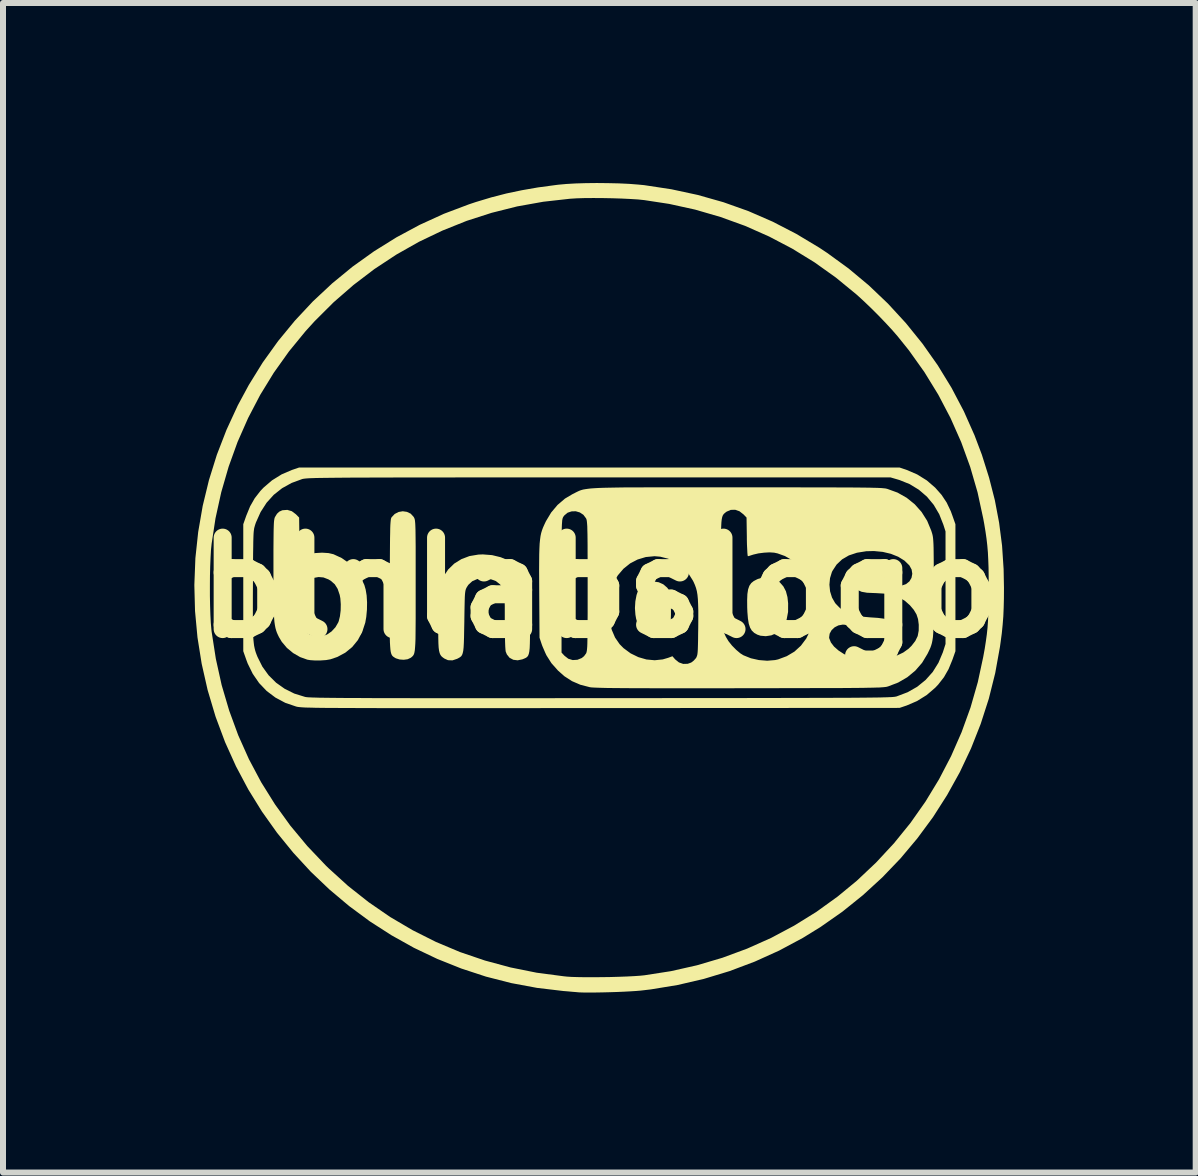
<source format=kicad_pcb>
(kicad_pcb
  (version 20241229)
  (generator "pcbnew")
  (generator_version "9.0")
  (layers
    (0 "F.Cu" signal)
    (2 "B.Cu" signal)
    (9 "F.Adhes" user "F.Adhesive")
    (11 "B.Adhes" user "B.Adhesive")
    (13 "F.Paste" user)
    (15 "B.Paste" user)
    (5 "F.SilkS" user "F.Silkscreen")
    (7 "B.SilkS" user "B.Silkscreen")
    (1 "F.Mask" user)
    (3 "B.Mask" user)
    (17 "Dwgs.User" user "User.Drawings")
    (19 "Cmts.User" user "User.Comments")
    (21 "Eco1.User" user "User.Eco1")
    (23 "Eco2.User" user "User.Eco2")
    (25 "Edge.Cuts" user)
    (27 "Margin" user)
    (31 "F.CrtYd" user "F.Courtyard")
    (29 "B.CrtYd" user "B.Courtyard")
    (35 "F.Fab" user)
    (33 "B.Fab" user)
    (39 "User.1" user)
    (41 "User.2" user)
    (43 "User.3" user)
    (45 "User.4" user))
  (footprint "blnlabslogo"
    (layer "F.Cu")
    (at 6.938 6.744)
    (property "Reference" "blnlabslogo" (at 0 0 0) (layer "F.SilkS") (effects (font (size 1.524 1.524) (thickness 0.3))))
    (attr board_only exclude_from_pos_files exclude_from_bom)
    (fp_poly (pts (xy 2.844 -0.174) (xy 2.929 -0.146) (xy 3.008 -0.089) (xy 3.067 -0.021) (xy 3.109 0.059) (xy 3.135 0.157) (xy 3.146 0.261) (xy 3.145 0.404) (xy 3.122 0.526) (xy 3.077 0.628) (xy 3.011 0.71) (xy 2.95 0.757) (xy 2.866 0.794) (xy 2.774 0.808) (xy 2.685 0.8) (xy 2.632 0.782) (xy 2.581 0.753) (xy 2.541 0.715) (xy 2.512 0.666) (xy 2.49 0.6) (xy 2.476 0.514) (xy 2.467 0.405) (xy 2.464 0.33) (xy 2.463 0.205) (xy 2.467 0.105) (xy 2.479 0.028) (xy 2.5 -0.032) (xy 2.531 -0.077) (xy 2.574 -0.112) (xy 2.631 -0.141) (xy 2.649 -0.148) (xy 2.751 -0.175)) (stroke (width 0) (type solid)) (fill yes) (layer "F.SilkS"))
    (fp_poly (pts (xy 0.989 -0.091) (xy 1.065 -0.057) (xy 1.129 -0.002) (xy 1.13 -0.001) (xy 1.152 0.028) (xy 1.168 0.057) (xy 1.18 0.091) (xy 1.187 0.137) (xy 1.191 0.198) (xy 1.192 0.279) (xy 1.193 0.36) (xy 1.193 0.449) (xy 1.191 0.513) (xy 1.189 0.559) (xy 1.183 0.593) (xy 1.175 0.619) (xy 1.162 0.645) (xy 1.151 0.664) (xy 1.095 0.732) (xy 1.024 0.776) (xy 0.94 0.794) (xy 0.848 0.786) (xy 0.805 0.773) (xy 0.736 0.738) (xy 0.682 0.686) (xy 0.642 0.614) (xy 0.613 0.518) (xy 0.601 0.45) (xy 0.593 0.34) (xy 0.6 0.227) (xy 0.62 0.122) (xy 0.643 0.053) (xy 0.689 -0.015) (xy 0.751 -0.064) (xy 0.826 -0.093) (xy 0.908 -0.103)) (stroke (width 0) (type solid)) (fill yes) (layer "F.SilkS"))
    (fp_poly (pts (xy -3.207 -1.264) (xy -3.144 -1.234) (xy -3.096 -1.182) (xy -3.088 -1.169) (xy -3.083 -1.158) (xy -3.078 -1.144) (xy -3.074 -1.126) (xy -3.071 -1.1) (xy -3.068 -1.066) (xy -3.066 -1.02) (xy -3.064 -0.961) (xy -3.063 -0.886) (xy -3.062 -0.794) (xy -3.061 -0.682) (xy -3.061 -0.548) (xy -3.061 -0.391) (xy -3.061 -0.207) (xy -3.061 -0.033) (xy -3.061 0.178) (xy -3.061 0.362) (xy -3.061 0.519) (xy -3.062 0.653) (xy -3.063 0.766) (xy -3.064 0.858) (xy -3.067 0.934) (xy -3.071 0.994) (xy -3.075 1.04) (xy -3.081 1.076) (xy -3.088 1.103) (xy -3.097 1.122) (xy -3.108 1.137) (xy -3.12 1.149) (xy -3.134 1.161) (xy -3.145 1.169) (xy -3.195 1.192) (xy -3.26 1.201) (xy -3.329 1.196) (xy -3.39 1.177) (xy -3.403 1.17) (xy -3.42 1.159) (xy -3.435 1.149) (xy -3.448 1.137) (xy -3.459 1.121) (xy -3.468 1.1) (xy -3.476 1.07) (xy -3.482 1.03) (xy -3.486 0.979) (xy -3.49 0.913) (xy -3.492 0.831) (xy -3.493 0.73) (xy -3.494 0.61) (xy -3.494 0.467) (xy -3.494 0.299) (xy -3.493 0.105) (xy -3.492 -0.05) (xy -3.491 -0.257) (xy -3.491 -0.436) (xy -3.49 -0.589) (xy -3.489 -0.719) (xy -3.488 -0.827) (xy -3.486 -0.916) (xy -3.485 -0.987) (xy -3.483 -1.043) (xy -3.48 -1.086) (xy -3.477 -1.118) (xy -3.474 -1.141) (xy -3.47 -1.157) (xy -3.465 -1.169) (xy -3.461 -1.175) (xy -3.41 -1.229) (xy -3.346 -1.262) (xy -3.276 -1.274)) (stroke (width 0) (type solid)) (fill yes) (layer "F.SilkS"))
    (fp_poly (pts (xy -1.788 -0.543) (xy -1.644 -0.508) (xy -1.512 -0.453) (xy -1.397 -0.378) (xy -1.302 -0.285) (xy -1.234 -0.183) (xy -1.214 -0.144) (xy -1.198 -0.105) (xy -1.185 -0.064) (xy -1.175 -0.017) (xy -1.167 0.04) (xy -1.162 0.11) (xy -1.158 0.196) (xy -1.156 0.302) (xy -1.155 0.431) (xy -1.155 0.572) (xy -1.155 0.718) (xy -1.156 0.837) (xy -1.158 0.932) (xy -1.161 1.006) (xy -1.167 1.063) (xy -1.176 1.104) (xy -1.188 1.134) (xy -1.205 1.155) (xy -1.227 1.17) (xy -1.254 1.182) (xy -1.283 1.194) (xy -1.362 1.21) (xy -1.434 1.201) (xy -1.496 1.168) (xy -1.541 1.112) (xy -1.56 1.066) (xy -1.564 1.038) (xy -1.568 0.983) (xy -1.571 0.907) (xy -1.573 0.813) (xy -1.575 0.705) (xy -1.575 0.587) (xy -1.576 0.548) (xy -1.576 0.415) (xy -1.576 0.309) (xy -1.578 0.226) (xy -1.58 0.163) (xy -1.583 0.115) (xy -1.587 0.08) (xy -1.592 0.054) (xy -1.599 0.033) (xy -1.604 0.022) (xy -1.654 -0.055) (xy -1.725 -0.111) (xy -1.816 -0.144) (xy -1.929 -0.156) (xy -1.937 -0.156) (xy -2.036 -0.144) (xy -2.118 -0.108) (xy -2.183 -0.048) (xy -2.206 -0.013) (xy -2.216 0.005) (xy -2.224 0.023) (xy -2.23 0.043) (xy -2.235 0.07) (xy -2.239 0.106) (xy -2.242 0.155) (xy -2.244 0.221) (xy -2.246 0.306) (xy -2.248 0.414) (xy -2.25 0.548) (xy -2.25 0.563) (xy -2.253 0.708) (xy -2.255 0.826) (xy -2.258 0.92) (xy -2.262 0.994) (xy -2.268 1.05) (xy -2.277 1.091) (xy -2.288 1.121) (xy -2.303 1.143) (xy -2.323 1.159) (xy -2.347 1.173) (xy -2.37 1.185) (xy -2.448 1.211) (xy -2.522 1.208) (xy -2.582 1.181) (xy -2.609 1.162) (xy -2.631 1.143) (xy -2.648 1.12) (xy -2.661 1.09) (xy -2.671 1.051) (xy -2.678 0.998) (xy -2.682 0.928) (xy -2.684 0.839) (xy -2.685 0.726) (xy -2.685 0.587) (xy -2.685 0.57) (xy -2.685 0.415) (xy -2.683 0.286) (xy -2.68 0.18) (xy -2.675 0.094) (xy -2.667 0.023) (xy -2.657 -0.036) (xy -2.643 -0.086) (xy -2.626 -0.131) (xy -2.605 -0.174) (xy -2.6 -0.183) (xy -2.519 -0.304) (xy -2.418 -0.402) (xy -2.299 -0.476) (xy -2.165 -0.527) (xy -2.016 -0.552) (xy -1.942 -0.555)) (stroke (width 0) (type solid)) (fill yes) (layer "F.SilkS"))
    (fp_poly (pts (xy -5.125 -1.275) (xy -5.057 -1.224) (xy -5.055 -1.222) (xy -5.003 -1.169) (xy -4.999 -0.847) (xy -4.997 -0.752) (xy -4.994 -0.669) (xy -4.991 -0.6) (xy -4.988 -0.552) (xy -4.984 -0.527) (xy -4.983 -0.525) (xy -4.963 -0.529) (xy -4.923 -0.538) (xy -4.869 -0.551) (xy -4.853 -0.555) (xy -4.737 -0.577) (xy -4.621 -0.584) (xy -4.513 -0.577) (xy -4.431 -0.558) (xy -4.295 -0.495) (xy -4.171 -0.409) (xy -4.065 -0.302) (xy -3.979 -0.18) (xy -3.916 -0.045) (xy -3.894 0.032) (xy -3.878 0.129) (xy -3.871 0.245) (xy -3.873 0.367) (xy -3.884 0.486) (xy -3.901 0.583) (xy -3.952 0.738) (xy -4.025 0.874) (xy -4.119 0.989) (xy -4.234 1.083) (xy -4.366 1.154) (xy -4.481 1.193) (xy -4.554 1.206) (xy -4.642 1.212) (xy -4.735 1.213) (xy -4.82 1.207) (xy -4.867 1.199) (xy -4.987 1.156) (xy -5.103 1.089) (xy -5.207 1.003) (xy -5.292 0.902) (xy -5.339 0.823) (xy -5.358 0.784) (xy -5.374 0.748) (xy -5.387 0.71) (xy -5.398 0.67) (xy -5.407 0.623) (xy -5.415 0.568) (xy -5.42 0.502) (xy -5.424 0.422) (xy -5.427 0.326) (xy -5.428 0.292) (xy -4.994 0.292) (xy -4.993 0.331) (xy -4.991 0.421) (xy -4.988 0.486) (xy -4.983 0.535) (xy -4.976 0.571) (xy -4.966 0.603) (xy -4.952 0.636) (xy -4.943 0.653) (xy -4.911 0.709) (xy -4.878 0.746) (xy -4.836 0.774) (xy -4.832 0.776) (xy -4.747 0.804) (xy -4.654 0.809) (xy -4.563 0.79) (xy -4.536 0.779) (xy -4.463 0.729) (xy -4.398 0.659) (xy -4.351 0.578) (xy -4.343 0.557) (xy -4.323 0.477) (xy -4.311 0.379) (xy -4.309 0.276) (xy -4.316 0.179) (xy -4.327 0.12) (xy -4.361 0.02) (xy -4.409 -0.057) (xy -4.475 -0.115) (xy -4.515 -0.139) (xy -4.598 -0.171) (xy -4.679 -0.178) (xy -4.767 -0.162) (xy -4.808 -0.148) (xy -4.868 -0.12) (xy -4.915 -0.088) (xy -4.949 -0.046) (xy -4.973 0.009) (xy -4.987 0.081) (xy -4.994 0.174) (xy -4.994 0.292) (xy -5.428 0.292) (xy -5.429 0.211) (xy -5.43 0.073) (xy -5.431 -0.088) (xy -5.431 -0.276) (xy -5.431 -0.305) (xy -5.431 -0.485) (xy -5.431 -0.637) (xy -5.43 -0.765) (xy -5.429 -0.87) (xy -5.428 -0.954) (xy -5.426 -1.021) (xy -5.424 -1.072) (xy -5.421 -1.111) (xy -5.417 -1.138) (xy -5.413 -1.158) (xy -5.408 -1.172) (xy -5.407 -1.175) (xy -5.372 -1.232) (xy -5.335 -1.267) (xy -5.287 -1.289) (xy -5.279 -1.291) (xy -5.2 -1.297)) (stroke (width 0) (type solid)) (fill yes) (layer "F.SilkS"))
    (fp_poly (pts (xy 5.124 -1.962) (xy 5.296 -1.888) (xy 5.457 -1.788) (xy 5.597 -1.667) (xy 5.703 -1.547) (xy 5.788 -1.419) (xy 5.857 -1.274) (xy 5.884 -1.2) (xy 5.934 -1.058) (xy 5.934 1.058) (xy 5.884 1.2) (xy 5.82 1.356) (xy 5.743 1.491) (xy 5.648 1.613) (xy 5.597 1.667) (xy 5.455 1.789) (xy 5.294 1.889) (xy 5.124 1.962) (xy 5.003 2.003) (xy 0.03 2.006) (xy -0.428 2.006) (xy -0.858 2.006) (xy -1.259 2.007) (xy -1.634 2.007) (xy -1.982 2.007) (xy -2.305 2.007) (xy -2.604 2.007) (xy -2.879 2.007) (xy -3.133 2.007) (xy -3.365 2.007) (xy -3.577 2.007) (xy -3.77 2.006) (xy -3.944 2.006) (xy -4.101 2.005) (xy -4.241 2.005) (xy -4.367 2.004) (xy -4.477 2.004) (xy -4.574 2.003) (xy -4.659 2.002) (xy -4.732 2.001) (xy -4.795 1.999) (xy -4.848 1.998) (xy -4.893 1.997) (xy -4.929 1.995) (xy -4.96 1.993) (xy -4.984 1.991) (xy -5.004 1.989) (xy -5.02 1.987) (xy -5.033 1.985) (xy -5.045 1.982) (xy -5.054 1.98) (xy -5.235 1.918) (xy -5.398 1.831) (xy -5.544 1.721) (xy -5.67 1.589) (xy -5.776 1.435) (xy -5.861 1.262) (xy -5.884 1.2) (xy -5.934 1.058) (xy -5.934 0.465) (xy -5.774 0.465) (xy -5.774 0.589) (xy -5.772 0.693) (xy -5.769 0.781) (xy -5.766 0.853) (xy -5.76 0.913) (xy -5.754 0.964) (xy -5.745 1.008) (xy -5.735 1.048) (xy -5.723 1.086) (xy -5.708 1.125) (xy -5.696 1.155) (xy -5.616 1.315) (xy -5.512 1.459) (xy -5.387 1.583) (xy -5.243 1.685) (xy -5.084 1.764) (xy -4.91 1.818) (xy -4.898 1.821) (xy -4.886 1.823) (xy -4.868 1.825) (xy -4.844 1.827) (xy -4.814 1.828) (xy -4.775 1.83) (xy -4.727 1.831) (xy -4.669 1.833) (xy -4.6 1.834) (xy -4.519 1.835) (xy -4.426 1.836) (xy -4.319 1.837) (xy -4.197 1.838) (xy -4.059 1.838) (xy -3.905 1.839) (xy -3.733 1.84) (xy -3.543 1.84) (xy -3.333 1.84) (xy -3.102 1.841) (xy -2.851 1.841) (xy -2.576 1.841) (xy -2.279 1.841) (xy -1.957 1.841) (xy -1.61 1.841) (xy -1.237 1.841) (xy -0.836 1.841) (xy -0.408 1.84) (xy 0.038 1.84) (xy 0.49 1.84) (xy 0.913 1.84) (xy 1.308 1.839) (xy 1.676 1.839) (xy 2.018 1.839) (xy 2.335 1.839) (xy 2.628 1.838) (xy 2.897 1.838) (xy 3.145 1.837) (xy 3.371 1.837) (xy 3.577 1.836) (xy 3.764 1.836) (xy 3.933 1.835) (xy 4.084 1.835) (xy 4.219 1.834) (xy 4.339 1.833) (xy 4.445 1.832) (xy 4.537 1.831) (xy 4.617 1.83) (xy 4.685 1.829) (xy 4.743 1.827) (xy 4.792 1.826) (xy 4.833 1.824) (xy 4.865 1.823) (xy 4.892 1.821) (xy 4.913 1.819) (xy 4.929 1.817) (xy 4.942 1.814) (xy 4.953 1.812) (xy 4.958 1.81) (xy 5.137 1.742) (xy 5.297 1.651) (xy 5.436 1.538) (xy 5.555 1.405) (xy 5.651 1.251) (xy 5.724 1.078) (xy 5.733 1.05) (xy 5.769 0.938) (xy 5.769 -0.938) (xy 5.733 -1.05) (xy 5.664 -1.225) (xy 5.572 -1.381) (xy 5.458 -1.518) (xy 5.324 -1.633) (xy 5.172 -1.726) (xy 5.003 -1.794) (xy 4.973 -1.803) (xy 4.853 -1.838) (xy 0 -1.838) (xy -0.453 -1.838) (xy -0.877 -1.838) (xy -1.274 -1.838) (xy -1.643 -1.838) (xy -1.986 -1.838) (xy -2.303 -1.838) (xy -2.597 -1.837) (xy -2.868 -1.837) (xy -3.116 -1.837) (xy -3.344 -1.837) (xy -3.551 -1.836) (xy -3.739 -1.836) (xy -3.908 -1.835) (xy -4.061 -1.835) (xy -4.197 -1.834) (xy -4.318 -1.833) (xy -4.424 -1.832) (xy -4.517 -1.831) (xy -4.598 -1.83) (xy -4.668 -1.829) (xy -4.727 -1.828) (xy -4.776 -1.826) (xy -4.818 -1.825) (xy -4.851 -1.823) (xy -4.879 -1.821) (xy -4.901 -1.819) (xy -4.918 -1.817) (xy -4.932 -1.815) (xy -4.943 -1.813) (xy -4.951 -1.811) (xy -5.128 -1.746) (xy -5.287 -1.658) (xy -5.426 -1.548) (xy -5.546 -1.415) (xy -5.645 -1.261) (xy -5.723 -1.087) (xy -5.733 -1.058) (xy -5.74 -1.036) (xy -5.746 -1.014) (xy -5.752 -0.992) (xy -5.756 -0.965) (xy -5.76 -0.932) (xy -5.763 -0.889) (xy -5.765 -0.836) (xy -5.767 -0.768) (xy -5.768 -0.684) (xy -5.77 -0.58) (xy -5.771 -0.456) (xy -5.771 -0.307) (xy -5.772 -0.132) (xy -5.773 -0.051) (xy -5.774 0.148) (xy -5.774 0.319) (xy -5.774 0.465) (xy -5.934 0.465) (xy -5.934 -1.058) (xy -5.884 -1.2) (xy -5.82 -1.356) (xy -5.743 -1.491) (xy -5.648 -1.613) (xy -5.597 -1.667) (xy -5.455 -1.789) (xy -5.294 -1.889) (xy -5.124 -1.962) (xy -5.003 -2.003) (xy 5.003 -2.003)) (stroke (width 0) (type solid)) (fill yes) (layer "F.SilkS"))
    (fp_poly (pts (xy 0.144 -6.742) (xy 0.325 -6.738) (xy 0.496 -6.73) (xy 0.65 -6.718) (xy 0.745 -6.709) (xy 1.2 -6.64) (xy 1.641 -6.545) (xy 2.068 -6.424) (xy 2.484 -6.276) (xy 2.888 -6.1) (xy 3.281 -5.897) (xy 3.666 -5.666) (xy 3.797 -5.579) (xy 4.153 -5.32) (xy 4.491 -5.038) (xy 4.81 -4.734) (xy 5.108 -4.41) (xy 5.385 -4.067) (xy 5.639 -3.707) (xy 5.869 -3.331) (xy 6.074 -2.941) (xy 6.253 -2.538) (xy 6.375 -2.215) (xy 6.495 -1.833) (xy 6.591 -1.458) (xy 6.662 -1.083) (xy 6.711 -0.702) (xy 6.737 -0.31) (xy 6.743 0) (xy 6.742 0.179) (xy 6.738 0.336) (xy 6.732 0.479) (xy 6.721 0.617) (xy 6.707 0.757) (xy 6.687 0.907) (xy 6.676 0.986) (xy 6.597 1.423) (xy 6.49 1.851) (xy 6.355 2.27) (xy 6.194 2.678) (xy 6.007 3.074) (xy 5.795 3.456) (xy 5.56 3.824) (xy 5.3 4.176) (xy 5.019 4.511) (xy 4.716 4.827) (xy 4.392 5.124) (xy 4.049 5.4) (xy 3.686 5.654) (xy 3.391 5.836) (xy 2.997 6.047) (xy 2.59 6.231) (xy 2.171 6.389) (xy 1.742 6.519) (xy 1.304 6.621) (xy 0.859 6.694) (xy 0.69 6.714) (xy 0.618 6.72) (xy 0.525 6.726) (xy 0.416 6.732) (xy 0.298 6.737) (xy 0.174 6.741) (xy 0.051 6.744) (xy -0.066 6.746) (xy -0.172 6.746) (xy -0.261 6.746) (xy -0.327 6.744) (xy -0.345 6.743) (xy -0.387 6.739) (xy -0.45 6.734) (xy -0.525 6.727) (xy -0.6 6.721) (xy -1.038 6.669) (xy -1.468 6.589) (xy -1.89 6.481) (xy -2.301 6.346) (xy -2.701 6.186) (xy -3.09 6.001) (xy -3.464 5.792) (xy -3.825 5.56) (xy -4.17 5.305) (xy -4.498 5.029) (xy -4.809 4.733) (xy -5.1 4.417) (xy -5.372 4.083) (xy -5.623 3.73) (xy -5.851 3.361) (xy -6.056 2.975) (xy -6.237 2.574) (xy -6.392 2.159) (xy -6.399 2.138) (xy -6.528 1.705) (xy -6.627 1.268) (xy -6.697 0.829) (xy -6.738 0.388) (xy -6.749 -0.031) (xy -6.49 -0.031) (xy -6.49 0.136) (xy -6.487 0.298) (xy -6.482 0.45) (xy -6.475 0.586) (xy -6.465 0.699) (xy -6.461 0.735) (xy -6.391 1.185) (xy -6.294 1.623) (xy -6.169 2.047) (xy -6.018 2.459) (xy -5.84 2.857) (xy -5.636 3.241) (xy -5.405 3.611) (xy -5.149 3.966) (xy -4.866 4.306) (xy -4.558 4.63) (xy -4.514 4.673) (xy -4.187 4.97) (xy -3.844 5.241) (xy -3.485 5.488) (xy -3.111 5.708) (xy -2.723 5.903) (xy -2.321 6.072) (xy -1.907 6.213) (xy -1.481 6.328) (xy -1.044 6.416) (xy -0.597 6.475) (xy -0.54 6.481) (xy -0.463 6.486) (xy -0.361 6.489) (xy -0.24 6.491) (xy -0.105 6.491) (xy 0.037 6.49) (xy 0.182 6.488) (xy 0.325 6.484) (xy 0.459 6.479) (xy 0.579 6.473) (xy 0.68 6.466) (xy 0.75 6.459) (xy 1.194 6.39) (xy 1.628 6.292) (xy 2.051 6.167) (xy 2.462 6.015) (xy 2.861 5.837) (xy 3.246 5.632) (xy 3.617 5.402) (xy 3.972 5.146) (xy 4.291 4.883) (xy 4.611 4.581) (xy 4.909 4.26) (xy 5.184 3.921) (xy 5.435 3.564) (xy 5.661 3.192) (xy 5.862 2.806) (xy 6.037 2.407) (xy 6.186 1.995) (xy 6.307 1.573) (xy 6.397 1.155) (xy 6.422 1.018) (xy 6.441 0.895) (xy 6.457 0.779) (xy 6.469 0.666) (xy 6.477 0.549) (xy 6.483 0.423) (xy 6.487 0.282) (xy 6.488 0.121) (xy 6.488 0) (xy 6.488 -0.178) (xy 6.486 -0.332) (xy 6.481 -0.467) (xy 6.475 -0.589) (xy 6.465 -0.704) (xy 6.452 -0.818) (xy 6.435 -0.936) (xy 6.414 -1.063) (xy 6.397 -1.155) (xy 6.303 -1.589) (xy 6.18 -2.013) (xy 6.03 -2.426) (xy 5.852 -2.828) (xy 5.648 -3.217) (xy 5.417 -3.593) (xy 5.16 -3.954) (xy 4.968 -4.193) (xy 4.879 -4.295) (xy 4.773 -4.41) (xy 4.656 -4.532) (xy 4.535 -4.653) (xy 4.415 -4.768) (xy 4.304 -4.87) (xy 4.281 -4.89) (xy 3.942 -5.168) (xy 3.586 -5.422) (xy 3.215 -5.65) (xy 2.83 -5.852) (xy 2.431 -6.029) (xy 2.019 -6.178) (xy 1.596 -6.301) (xy 1.163 -6.396) (xy 0.75 -6.459) (xy 0.646 -6.47) (xy 0.518 -6.478) (xy 0.373 -6.485) (xy 0.217 -6.49) (xy 0.058 -6.493) (xy -0.099 -6.494) (xy -0.246 -6.493) (xy -0.378 -6.489) (xy -0.488 -6.482) (xy -0.489 -6.482) (xy -0.934 -6.432) (xy -1.37 -6.354) (xy -1.796 -6.247) (xy -2.212 -6.113) (xy -2.616 -5.951) (xy -3.007 -5.764) (xy -3.385 -5.55) (xy -3.749 -5.31) (xy -4.097 -5.045) (xy -4.429 -4.756) (xy -4.744 -4.442) (xy -4.895 -4.276) (xy -5.172 -3.938) (xy -5.425 -3.583) (xy -5.652 -3.213) (xy -5.853 -2.828) (xy -6.029 -2.429) (xy -6.178 -2.016) (xy -6.301 -1.591) (xy -6.397 -1.155) (xy -6.461 -0.735) (xy -6.472 -0.631) (xy -6.479 -0.503) (xy -6.485 -0.356) (xy -6.489 -0.197) (xy -6.49 -0.031) (xy -6.749 -0.031) (xy -6.749 -0.053) (xy -6.732 -0.492) (xy -6.685 -0.93) (xy -6.61 -1.364) (xy -6.506 -1.793) (xy -6.374 -2.216) (xy -6.213 -2.632) (xy -6.024 -3.041) (xy -5.842 -3.378) (xy -5.61 -3.753) (xy -5.353 -4.111) (xy -5.074 -4.45) (xy -4.774 -4.771) (xy -4.453 -5.071) (xy -4.113 -5.35) (xy -3.755 -5.606) (xy -3.381 -5.839) (xy -2.992 -6.048) (xy -2.589 -6.232) (xy -2.173 -6.389) (xy -2.056 -6.428) (xy -1.8 -6.505) (xy -1.548 -6.57) (xy -1.291 -6.624) (xy -1.021 -6.671) (xy -0.731 -6.71) (xy -0.683 -6.716) (xy -0.55 -6.728) (xy -0.395 -6.737) (xy -0.223 -6.742) (xy -0.041 -6.744)) (stroke (width 0) (type solid)) (fill yes) (layer "F.SilkS"))
    (fp_poly (pts (xy 1.598 -1.673) (xy 1.883 -1.673) (xy 2.195 -1.673) (xy 2.288 -1.673) (xy 2.604 -1.673) (xy 2.892 -1.673) (xy 3.152 -1.673) (xy 3.386 -1.672) (xy 3.597 -1.672) (xy 3.784 -1.672) (xy 3.95 -1.671) (xy 4.095 -1.671) (xy 4.222 -1.67) (xy 4.332 -1.669) (xy 4.426 -1.668) (xy 4.506 -1.667) (xy 4.572 -1.665) (xy 4.627 -1.664) (xy 4.672 -1.662) (xy 4.708 -1.66) (xy 4.737 -1.657) (xy 4.759 -1.655) (xy 4.778 -1.652) (xy 4.793 -1.648) (xy 4.801 -1.646) (xy 4.969 -1.585) (xy 5.121 -1.499) (xy 5.255 -1.391) (xy 5.37 -1.262) (xy 5.463 -1.115) (xy 5.531 -0.951) (xy 5.547 -0.9) (xy 5.553 -0.876) (xy 5.558 -0.85) (xy 5.562 -0.818) (xy 5.565 -0.779) (xy 5.568 -0.728) (xy 5.57 -0.665) (xy 5.571 -0.585) (xy 5.572 -0.487) (xy 5.573 -0.368) (xy 5.573 -0.225) (xy 5.574 -0.055) (xy 5.574 0) (xy 5.574 0.185) (xy 5.573 0.343) (xy 5.572 0.477) (xy 5.571 0.589) (xy 5.568 0.682) (xy 5.564 0.76) (xy 5.559 0.823) (xy 5.551 0.877) (xy 5.542 0.922) (xy 5.53 0.963) (xy 5.516 1.002) (xy 5.498 1.041) (xy 5.478 1.083) (xy 5.468 1.103) (xy 5.378 1.252) (xy 5.265 1.382) (xy 5.132 1.492) (xy 4.979 1.581) (xy 4.809 1.646) (xy 4.808 1.646) (xy 4.795 1.649) (xy 4.78 1.653) (xy 4.76 1.655) (xy 4.736 1.658) (xy 4.705 1.66) (xy 4.665 1.663) (xy 4.617 1.664) (xy 4.557 1.666) (xy 4.485 1.667) (xy 4.399 1.669) (xy 4.298 1.67) (xy 4.18 1.671) (xy 4.044 1.672) (xy 3.889 1.672) (xy 3.713 1.673) (xy 3.515 1.673) (xy 3.293 1.674) (xy 3.046 1.674) (xy 2.772 1.675) (xy 2.471 1.675) (xy 2.333 1.675) (xy 2.008 1.676) (xy 1.712 1.676) (xy 1.443 1.676) (xy 1.201 1.676) (xy 0.983 1.676) (xy 0.789 1.675) (xy 0.617 1.675) (xy 0.467 1.674) (xy 0.336 1.673) (xy 0.223 1.672) (xy 0.128 1.671) (xy 0.048 1.669) (xy -0.017 1.667) (xy -0.069 1.665) (xy -0.108 1.663) (xy -0.137 1.661) (xy -0.157 1.658) (xy -0.158 1.658) (xy -0.317 1.617) (xy -0.456 1.557) (xy -0.583 1.475) (xy -0.69 1.38) (xy -0.799 1.257) (xy -0.882 1.126) (xy -0.903 1.081) (xy -0.63 1.081) (xy -0.581 1.134) (xy -0.517 1.184) (xy -0.444 1.206) (xy -0.365 1.201) (xy -0.293 1.172) (xy -0.255 1.141) (xy -0.224 1.099) (xy -0.221 1.095) (xy -0.216 1.083) (xy -0.212 1.068) (xy -0.208 1.047) (xy -0.205 1.019) (xy -0.202 0.981) (xy -0.2 0.931) (xy -0.199 0.867) (xy -0.197 0.787) (xy -0.196 0.689) (xy -0.196 0.57) (xy -0.195 0.428) (xy -0.195 0.322) (xy 0.152 0.322) (xy 0.154 0.383) (xy 0.171 0.554) (xy 0.207 0.703) (xy 0.262 0.831) (xy 0.338 0.941) (xy 0.403 1.007) (xy 0.521 1.094) (xy 0.65 1.157) (xy 0.785 1.196) (xy 0.922 1.209) (xy 1.056 1.195) (xy 1.145 1.169) (xy 1.218 1.142) (xy 1.263 1.194) (xy 1.326 1.245) (xy 1.397 1.27) (xy 1.473 1.268) (xy 1.531 1.247) (xy 1.574 1.214) (xy 1.611 1.172) (xy 1.613 1.169) (xy 1.621 1.152) (xy 1.628 1.134) (xy 1.634 1.109) (xy 1.638 1.074) (xy 1.641 1.027) (xy 1.643 0.962) (xy 1.645 0.878) (xy 1.646 0.77) (xy 1.648 0.662) (xy 1.649 0.508) (xy 1.649 0.381) (xy 1.646 0.276) (xy 1.642 0.19) (xy 1.635 0.119) (xy 1.625 0.058) (xy 1.611 0.005) (xy 1.593 -0.045) (xy 1.571 -0.095) (xy 1.558 -0.12) (xy 1.483 -0.239) (xy 1.387 -0.341) (xy 1.273 -0.423) (xy 1.251 -0.434) (xy 2.026 -0.434) (xy 2.026 -0.297) (xy 2.026 -0.105) (xy 2.026 0.059) (xy 2.027 0.198) (xy 2.028 0.316) (xy 2.031 0.414) (xy 2.034 0.494) (xy 2.039 0.561) (xy 2.045 0.616) (xy 2.053 0.662) (xy 2.062 0.702) (xy 2.074 0.738) (xy 2.088 0.773) (xy 2.104 0.809) (xy 2.111 0.823) (xy 2.152 0.891) (xy 2.211 0.965) (xy 2.28 1.035) (xy 2.35 1.094) (xy 2.401 1.126) (xy 2.525 1.176) (xy 2.66 1.206) (xy 2.797 1.217) (xy 2.928 1.206) (xy 2.978 1.195) (xy 3.123 1.141) (xy 3.251 1.065) (xy 3.359 0.966) (xy 3.448 0.847) (xy 3.457 0.828) (xy 3.829 0.828) (xy 3.831 0.843) (xy 3.859 0.913) (xy 3.911 0.981) (xy 3.985 1.046) (xy 4.076 1.105) (xy 4.179 1.153) (xy 4.29 1.189) (xy 4.341 1.2) (xy 4.422 1.208) (xy 4.521 1.209) (xy 4.629 1.202) (xy 4.735 1.189) (xy 4.83 1.171) (xy 4.832 1.17) (xy 4.96 1.13) (xy 5.065 1.08) (xy 5.153 1.017) (xy 5.202 0.969) (xy 5.265 0.888) (xy 5.305 0.806) (xy 5.322 0.716) (xy 5.323 0.617) (xy 5.311 0.523) (xy 5.285 0.444) (xy 5.24 0.369) (xy 5.175 0.292) (xy 5.091 0.218) (xy 4.997 0.162) (xy 4.887 0.123) (xy 4.758 0.099) (xy 4.607 0.09) (xy 4.578 0.089) (xy 4.461 0.084) (xy 4.371 0.068) (xy 4.31 0.041) (xy 4.275 0.004) (xy 4.268 -0.044) (xy 4.286 -0.101) (xy 4.324 -0.154) (xy 4.38 -0.191) (xy 4.456 -0.213) (xy 4.511 -0.22) (xy 4.605 -0.222) (xy 4.682 -0.208) (xy 4.752 -0.174) (xy 4.822 -0.12) (xy 4.882 -0.072) (xy 4.93 -0.043) (xy 4.976 -0.032) (xy 5.028 -0.034) (xy 5.038 -0.035) (xy 5.111 -0.06) (xy 5.167 -0.105) (xy 5.202 -0.164) (xy 5.215 -0.232) (xy 5.204 -0.303) (xy 5.166 -0.372) (xy 5.165 -0.373) (xy 5.084 -0.452) (xy 4.98 -0.516) (xy 4.858 -0.565) (xy 4.722 -0.597) (xy 4.576 -0.611) (xy 4.449 -0.608) (xy 4.293 -0.583) (xy 4.158 -0.538) (xy 4.045 -0.472) (xy 3.954 -0.386) (xy 3.884 -0.279) (xy 3.875 -0.26) (xy 3.844 -0.159) (xy 3.834 -0.05) (xy 3.845 0.061) (xy 3.877 0.164) (xy 3.928 0.253) (xy 3.94 0.268) (xy 4.008 0.338) (xy 4.08 0.392) (xy 4.163 0.433) (xy 4.261 0.463) (xy 4.378 0.482) (xy 4.52 0.495) (xy 4.523 0.495) (xy 4.643 0.503) (xy 4.735 0.515) (xy 4.803 0.531) (xy 4.85 0.551) (xy 4.878 0.578) (xy 4.89 0.612) (xy 4.891 0.629) (xy 4.88 0.684) (xy 4.844 0.728) (xy 4.784 0.759) (xy 4.698 0.781) (xy 4.598 0.791) (xy 4.474 0.79) (xy 4.37 0.771) (xy 4.284 0.733) (xy 4.235 0.698) (xy 4.179 0.654) (xy 4.133 0.628) (xy 4.089 0.617) (xy 4.056 0.615) (xy 3.984 0.628) (xy 3.921 0.66) (xy 3.87 0.708) (xy 3.838 0.766) (xy 3.829 0.828) (xy 3.457 0.828) (xy 3.515 0.709) (xy 3.561 0.554) (xy 3.584 0.382) (xy 3.587 0.292) (xy 3.58 0.145) (xy 3.557 0.017) (xy 3.518 -0.1) (xy 3.486 -0.167) (xy 3.414 -0.275) (xy 3.321 -0.375) (xy 3.211 -0.46) (xy 3.092 -0.528) (xy 2.969 -0.572) (xy 2.913 -0.584) (xy 2.837 -0.589) (xy 2.746 -0.584) (xy 2.651 -0.572) (xy 2.566 -0.552) (xy 2.528 -0.54) (xy 2.495 -0.529) (xy 2.475 -0.525) (xy 2.471 -0.539) (xy 2.467 -0.579) (xy 2.464 -0.641) (xy 2.46 -0.719) (xy 2.458 -0.81) (xy 2.458 -0.847) (xy 2.453 -1.169) (xy 2.402 -1.222) (xy 2.335 -1.274) (xy 2.263 -1.299) (xy 2.19 -1.297) (xy 2.122 -1.268) (xy 2.109 -1.259) (xy 2.092 -1.245) (xy 2.077 -1.232) (xy 2.065 -1.217) (xy 2.054 -1.197) (xy 2.046 -1.171) (xy 2.039 -1.136) (xy 2.034 -1.089) (xy 2.031 -1.029) (xy 2.028 -0.952) (xy 2.027 -0.856) (xy 2.026 -0.74) (xy 2.026 -0.6) (xy 2.026 -0.434) (xy 1.251 -0.434) (xy 1.148 -0.483) (xy 1.014 -0.517) (xy 0.92 -0.525) (xy 0.774 -0.511) (xy 0.638 -0.47) (xy 0.513 -0.405) (xy 0.402 -0.316) (xy 0.308 -0.206) (xy 0.233 -0.078) (xy 0.179 0.067) (xy 0.171 0.099) (xy 0.159 0.164) (xy 0.153 0.235) (xy 0.152 0.322) (xy -0.195 0.322) (xy -0.195 0.262) (xy -0.195 0.069) (xy -0.195 -0.03) (xy -0.195 -0.236) (xy -0.195 -0.415) (xy -0.196 -0.567) (xy -0.196 -0.697) (xy -0.197 -0.804) (xy -0.198 -0.893) (xy -0.2 -0.964) (xy -0.201 -1.02) (xy -0.204 -1.063) (xy -0.207 -1.096) (xy -0.21 -1.119) (xy -0.214 -1.137) (xy -0.219 -1.15) (xy -0.221 -1.155) (xy -0.266 -1.215) (xy -0.325 -1.254) (xy -0.393 -1.274) (xy -0.463 -1.272) (xy -0.529 -1.25) (xy -0.583 -1.205) (xy -0.601 -1.181) (xy -0.606 -1.171) (xy -0.611 -1.159) (xy -0.615 -1.143) (xy -0.619 -1.122) (xy -0.621 -1.092) (xy -0.624 -1.052) (xy -0.626 -0.999) (xy -0.627 -0.932) (xy -0.628 -0.849) (xy -0.629 -0.746) (xy -0.63 -0.624) (xy -0.63 -0.478) (xy -0.63 -0.307) (xy -0.63 -0.109) (xy -0.63 -0.026) (xy -0.63 1.081) (xy -0.903 1.081) (xy -0.947 0.979) (xy -0.957 0.953) (xy -0.997 0.833) (xy -1.002 0.053) (xy -1.003 -0.137) (xy -1.004 -0.299) (xy -1.003 -0.437) (xy -1.002 -0.554) (xy -0.999 -0.652) (xy -0.995 -0.734) (xy -0.988 -0.803) (xy -0.98 -0.862) (xy -0.969 -0.913) (xy -0.955 -0.959) (xy -0.938 -1.004) (xy -0.918 -1.049) (xy -0.895 -1.098) (xy -0.889 -1.11) (xy -0.803 -1.253) (xy -0.697 -1.379) (xy -0.573 -1.485) (xy -0.45 -1.558) (xy -0.421 -1.572) (xy -0.395 -1.586) (xy -0.371 -1.598) (xy -0.348 -1.609) (xy -0.325 -1.619) (xy -0.298 -1.628) (xy -0.269 -1.636) (xy -0.234 -1.642) (xy -0.193 -1.648) (xy -0.143 -1.654) (xy -0.084 -1.658) (xy -0.015 -1.662) (xy 0.068 -1.665) (xy 0.163 -1.667) (xy 0.274 -1.669) (xy 0.402 -1.671) (xy 0.548 -1.672) (xy 0.713 -1.672) (xy 0.899 -1.673) (xy 1.108 -1.673) (xy 1.34 -1.673)) (stroke (width 0) (type solid)) (fill yes) (layer "F.SilkS")))
  (gr_rect
    (start -3 -3)
    (end 16.876 16.49)
    (stroke (width 0.1) (type default))
    (fill no)
    (layer "Edge.Cuts")))
</source>
